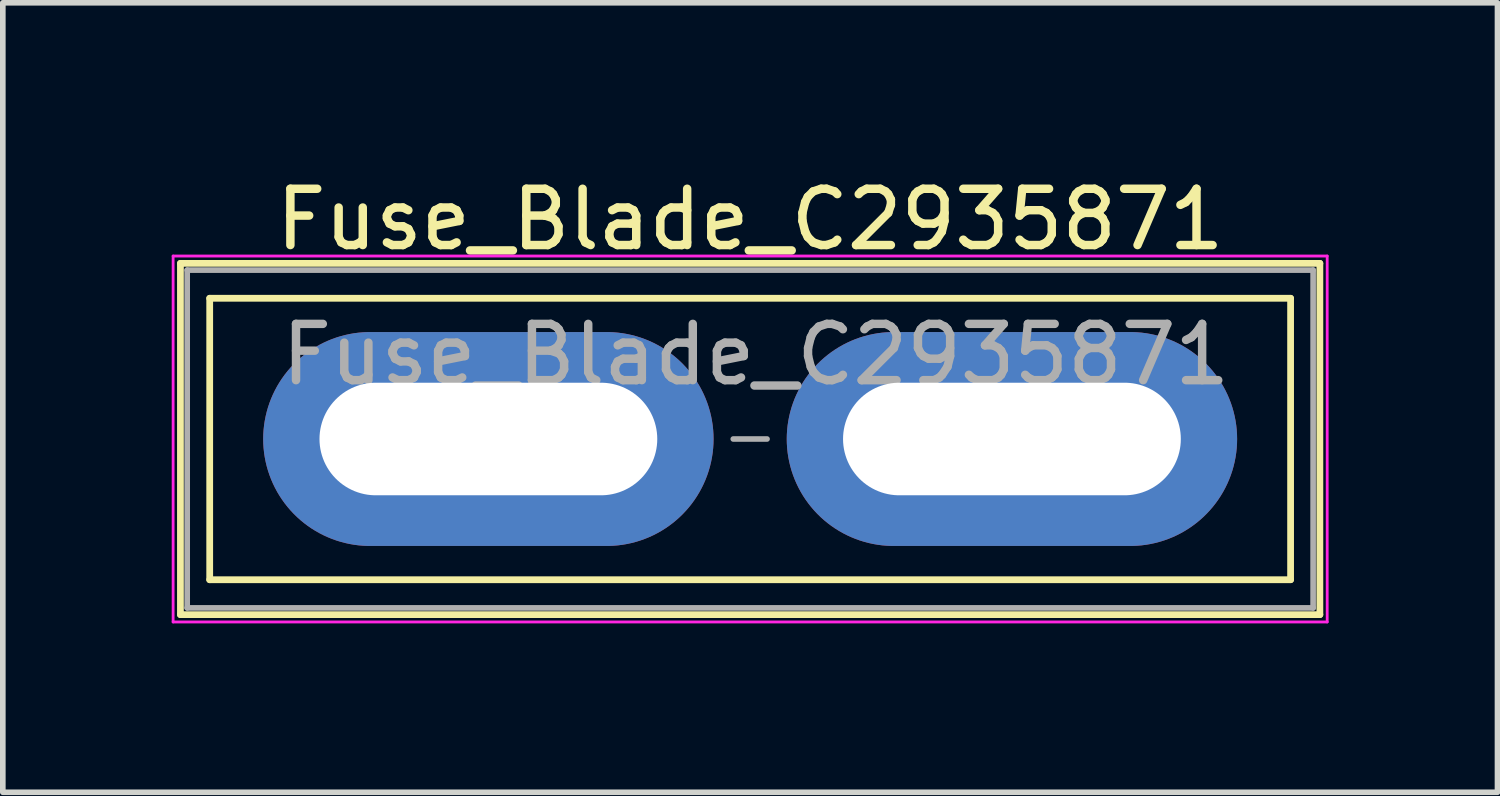
<source format=kicad_pcb>
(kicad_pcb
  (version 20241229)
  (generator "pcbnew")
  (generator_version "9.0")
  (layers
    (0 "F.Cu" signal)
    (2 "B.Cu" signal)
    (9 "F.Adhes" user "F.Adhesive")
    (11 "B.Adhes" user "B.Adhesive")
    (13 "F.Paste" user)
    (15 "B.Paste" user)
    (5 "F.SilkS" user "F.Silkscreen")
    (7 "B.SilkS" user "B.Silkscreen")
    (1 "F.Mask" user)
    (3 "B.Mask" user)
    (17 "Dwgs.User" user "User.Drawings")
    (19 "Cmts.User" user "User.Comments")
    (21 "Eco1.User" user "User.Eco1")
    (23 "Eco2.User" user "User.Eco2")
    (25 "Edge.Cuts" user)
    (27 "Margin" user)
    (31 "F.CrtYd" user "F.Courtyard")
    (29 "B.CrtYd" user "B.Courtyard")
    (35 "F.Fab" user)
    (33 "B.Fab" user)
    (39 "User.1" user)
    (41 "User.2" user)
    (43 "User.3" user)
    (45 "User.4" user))
  (footprint "Fuse_Blade_C2935871"
    (layer "F.Cu")
    (at 5.625 4.748)
    (property "Reference" "Fuse_Blade_C2935871" (at 4.65 -3.9 0) (layer "F.SilkS") (effects (font (size 1 1) (thickness 0.15))))
    (attr through_hole)
    (fp_line (start -5.47 -3.12) (end -5.47 3.12) (stroke (width 0.12) (type solid)) (layer "F.SilkS"))
    (fp_line (start -5.47 -3.12) (end 14.77 -3.12) (stroke (width 0.12) (type solid)) (layer "F.SilkS"))
    (fp_line (start -4.95 -2.5) (end 14.25 -2.5) (stroke (width 0.12) (type solid)) (layer "F.SilkS"))
    (fp_line (start -4.95 2.5) (end -4.95 -2.5) (stroke (width 0.12) (type solid)) (layer "F.SilkS"))
    (fp_line (start 14.25 -2.5) (end 14.25 2.5) (stroke (width 0.12) (type solid)) (layer "F.SilkS"))
    (fp_line (start 14.25 2.5) (end -4.95 2.5) (stroke (width 0.12) (type solid)) (layer "F.SilkS"))
    (fp_line (start 14.77 3.12) (end -5.47 3.12) (stroke (width 0.12) (type solid)) (layer "F.SilkS"))
    (fp_line (start 14.77 3.12) (end 14.77 -3.12) (stroke (width 0.12) (type solid)) (layer "F.SilkS"))
    (fp_line (start -5.6 -3.25) (end -5.6 3.25) (stroke (width 0.05) (type solid)) (layer "F.CrtYd"))
    (fp_line (start -5.6 -3.25) (end 14.9 -3.25) (stroke (width 0.05) (type solid)) (layer "F.CrtYd"))
    (fp_line (start 14.9 3.25) (end -5.6 3.25) (stroke (width 0.05) (type solid)) (layer "F.CrtYd"))
    (fp_line (start 14.9 3.25) (end 14.9 -3.25) (stroke (width 0.05) (type solid)) (layer "F.CrtYd"))
    (fp_line (start -5.35 -3) (end 14.65 -3) (stroke (width 0.1) (type solid)) (layer "F.Fab"))
    (fp_line (start -5.35 3) (end -5.35 -3) (stroke (width 0.1) (type solid)) (layer "F.Fab"))
    (fp_line (start 4.95 0) (end 4.35 0) (stroke (width 0.1) (type solid)) (layer "F.Fab"))
    (fp_line (start 14.65 -3) (end 14.65 3) (stroke (width 0.1) (type solid)) (layer "F.Fab"))
    (fp_line (start 14.65 3) (end -5.35 3) (stroke (width 0.1) (type solid)) (layer "F.Fab"))
    (fp_text user "${REFERENCE}" (at 4.75 -1.5 0) (layer "F.Fab") (effects (font (size 1 1) (thickness 0.15))))
    (pad "1" thru_hole oval (at 0 0) (size 8 3.8) (drill oval 6 2) (layers "*.Cu" "*.Mask"))
    (pad "2" thru_hole oval (at 9.3 0) (size 8 3.8) (drill oval 6 2) (layers "*.Cu" "*.Mask")))
  (gr_rect
    (start -3 -3)
    (end 23.55 11.023)
    (stroke (width 0.1) (type default))
    (fill no)
    (layer "Edge.Cuts")))
</source>
